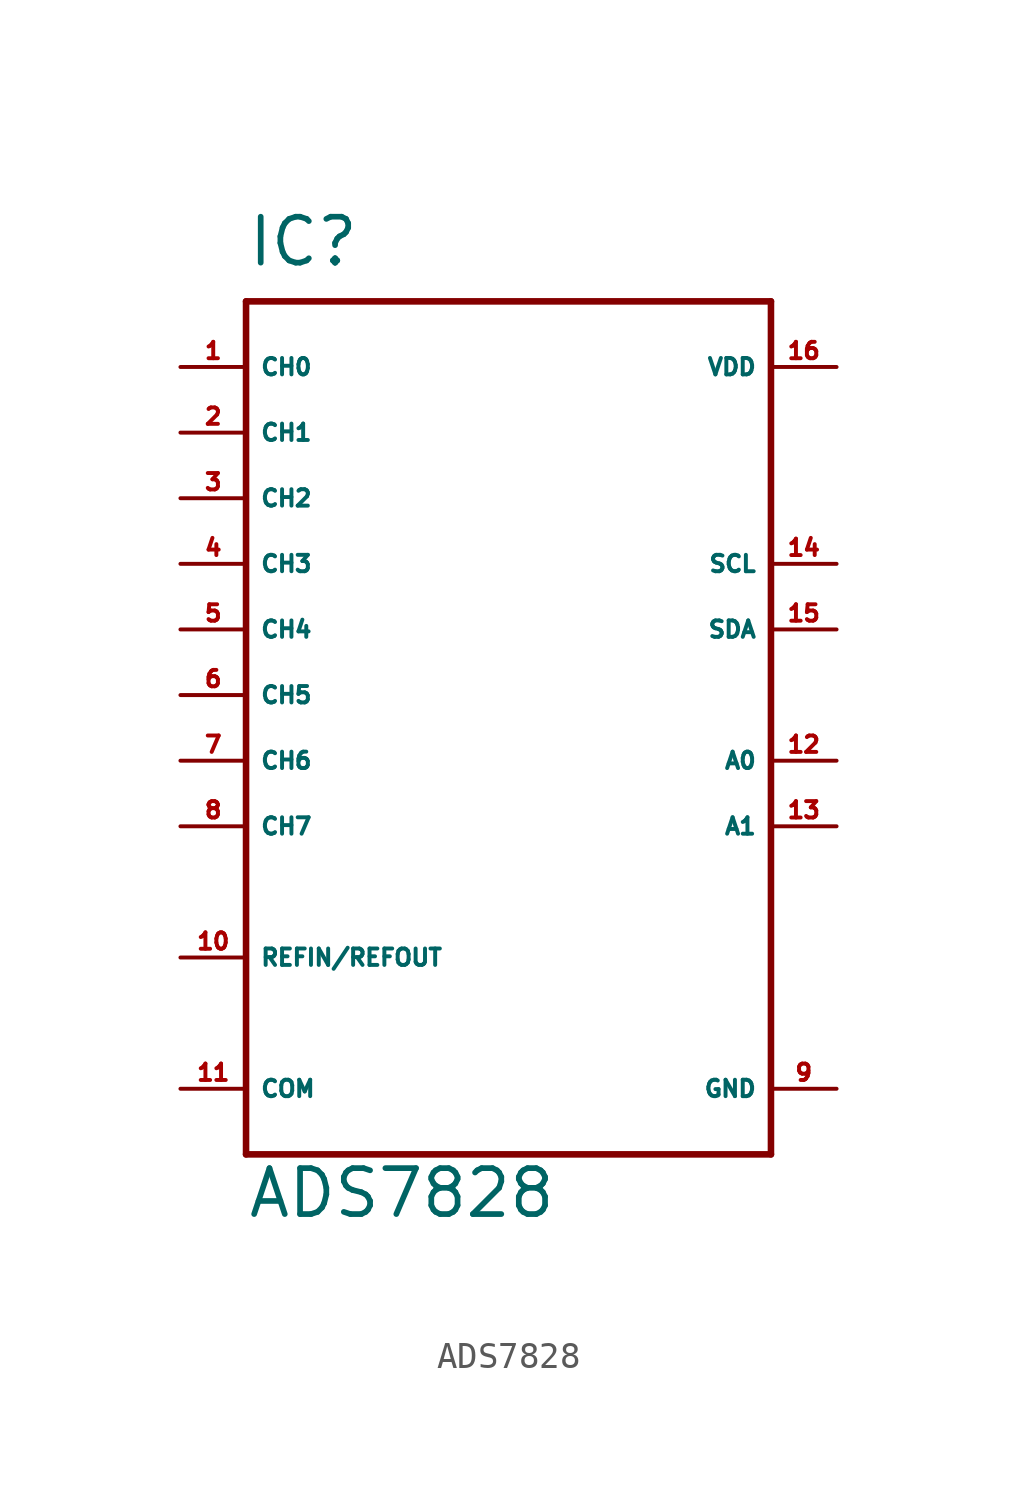
<source format=kicad_sym>
(kicad_symbol_lib
  (version 20220914)
  (generator Eagle2Kicad)
  (symbol "ADS7828"
    (property "Reference" "IC"
      (at -10.16 16.51 0)
      (effects (font (size 1.778 1.778) (thickness 0.22)) (justify left bottom)))
    (property "Value" "ADS7828"
      (at -10.16 -20.32 0)
      (effects (font (size 1.778 1.778) (thickness 0.22)) (justify left bottom)))
    (polyline
      (pts (xy -10.16 15.24) (xy 10.16 15.24))
      (stroke (width 0.254) (type default))
      (fill (type none)))
    (polyline
      (pts (xy 10.16 15.24) (xy 10.16 -17.78))
      (stroke (width 0.254) (type default))
      (fill (type none)))
    (polyline
      (pts (xy 10.16 -17.78) (xy -10.16 -17.78))
      (stroke (width 0.254) (type default))
      (fill (type none)))
    (polyline
      (pts (xy -10.16 -17.78) (xy -10.16 15.24))
      (stroke (width 0.254) (type default))
      (fill (type none)))
    (pin input line
      (at -12.7 12.7 0)
      (length 2.54)
      (name "CH0" (effects (font (size 0.635 0.635) (thickness 0.08)) (justify left bottom)))
      (number "1" (effects (font (size 0.635 0.635) (thickness 0.08)) (justify left bottom))))
    (pin input line
      (at -12.7 10.16 0)
      (length 2.54)
      (name "CH1" (effects (font (size 0.635 0.635) (thickness 0.08)) (justify left bottom)))
      (number "2" (effects (font (size 0.635 0.635) (thickness 0.08)) (justify left bottom))))
    (pin input line
      (at -12.7 7.62 0)
      (length 2.54)
      (name "CH2" (effects (font (size 0.635 0.635) (thickness 0.08)) (justify left bottom)))
      (number "3" (effects (font (size 0.635 0.635) (thickness 0.08)) (justify left bottom))))
    (pin input line
      (at -12.7 5.08 0)
      (length 2.54)
      (name "CH3" (effects (font (size 0.635 0.635) (thickness 0.08)) (justify left bottom)))
      (number "4" (effects (font (size 0.635 0.635) (thickness 0.08)) (justify left bottom))))
    (pin input line
      (at -12.7 2.54 0)
      (length 2.54)
      (name "CH4" (effects (font (size 0.635 0.635) (thickness 0.08)) (justify left bottom)))
      (number "5" (effects (font (size 0.635 0.635) (thickness 0.08)) (justify left bottom))))
    (pin input line
      (at -12.7 0 0)
      (length 2.54)
      (name "CH5" (effects (font (size 0.635 0.635) (thickness 0.08)) (justify left bottom)))
      (number "6" (effects (font (size 0.635 0.635) (thickness 0.08)) (justify left bottom))))
    (pin input line
      (at -12.7 -2.54 0)
      (length 2.54)
      (name "CH6" (effects (font (size 0.635 0.635) (thickness 0.08)) (justify left bottom)))
      (number "7" (effects (font (size 0.635 0.635) (thickness 0.08)) (justify left bottom))))
    (pin input line
      (at -12.7 -5.08 0)
      (length 2.54)
      (name "CH7" (effects (font (size 0.635 0.635) (thickness 0.08)) (justify left bottom)))
      (number "8" (effects (font (size 0.635 0.635) (thickness 0.08)) (justify left bottom))))
    (pin input line
      (at -12.7 -15.24 0)
      (length 2.54)
      (name "COM" (effects (font (size 0.635 0.635) (thickness 0.08)) (justify left bottom)))
      (number "11" (effects (font (size 0.635 0.635) (thickness 0.08)) (justify left bottom))))
    (pin bidirectional line
      (at 12.7 2.54 180)
      (length 2.54)
      (name "SDA" (effects (font (size 0.635 0.635) (thickness 0.08)) (justify left bottom)))
      (number "15" (effects (font (size 0.635 0.635) (thickness 0.08)) (justify left bottom))))
    (pin passive line
      (at -12.7 -10.16 0)
      (length 2.54)
      (name "REFIN/REFOUT" (effects (font (size 0.635 0.635) (thickness 0.08)) (justify left bottom)))
      (number "10" (effects (font (size 0.635 0.635) (thickness 0.08)) (justify left bottom))))
    (pin unspecified line
      (at 12.7 12.7 180)
      (length 2.54)
      (name "VDD" (effects (font (size 0.635 0.635) (thickness 0.08)) (justify left bottom)))
      (number "16" (effects (font (size 0.635 0.635) (thickness 0.08)) (justify left bottom))))
    (pin unspecified line
      (at 12.7 -15.24 180)
      (length 2.54)
      (name "GND" (effects (font (size 0.635 0.635) (thickness 0.08)) (justify left bottom)))
      (number "9" (effects (font (size 0.635 0.635) (thickness 0.08)) (justify left bottom))))
    (pin input line
      (at 12.7 -5.08 180)
      (length 2.54)
      (name "A1" (effects (font (size 0.635 0.635) (thickness 0.08)) (justify left bottom)))
      (number "13" (effects (font (size 0.635 0.635) (thickness 0.08)) (justify left bottom))))
    (pin input line
      (at 12.7 -2.54 180)
      (length 2.54)
      (name "A0" (effects (font (size 0.635 0.635) (thickness 0.08)) (justify left bottom)))
      (number "12" (effects (font (size 0.635 0.635) (thickness 0.08)) (justify left bottom))))
    (pin input line
      (at 12.7 5.08 180)
      (length 2.54)
      (name "SCL" (effects (font (size 0.635 0.635) (thickness 0.08)) (justify left bottom)))
      (number "14" (effects (font (size 0.635 0.635) (thickness 0.08)) (justify left bottom))))))
</source>
